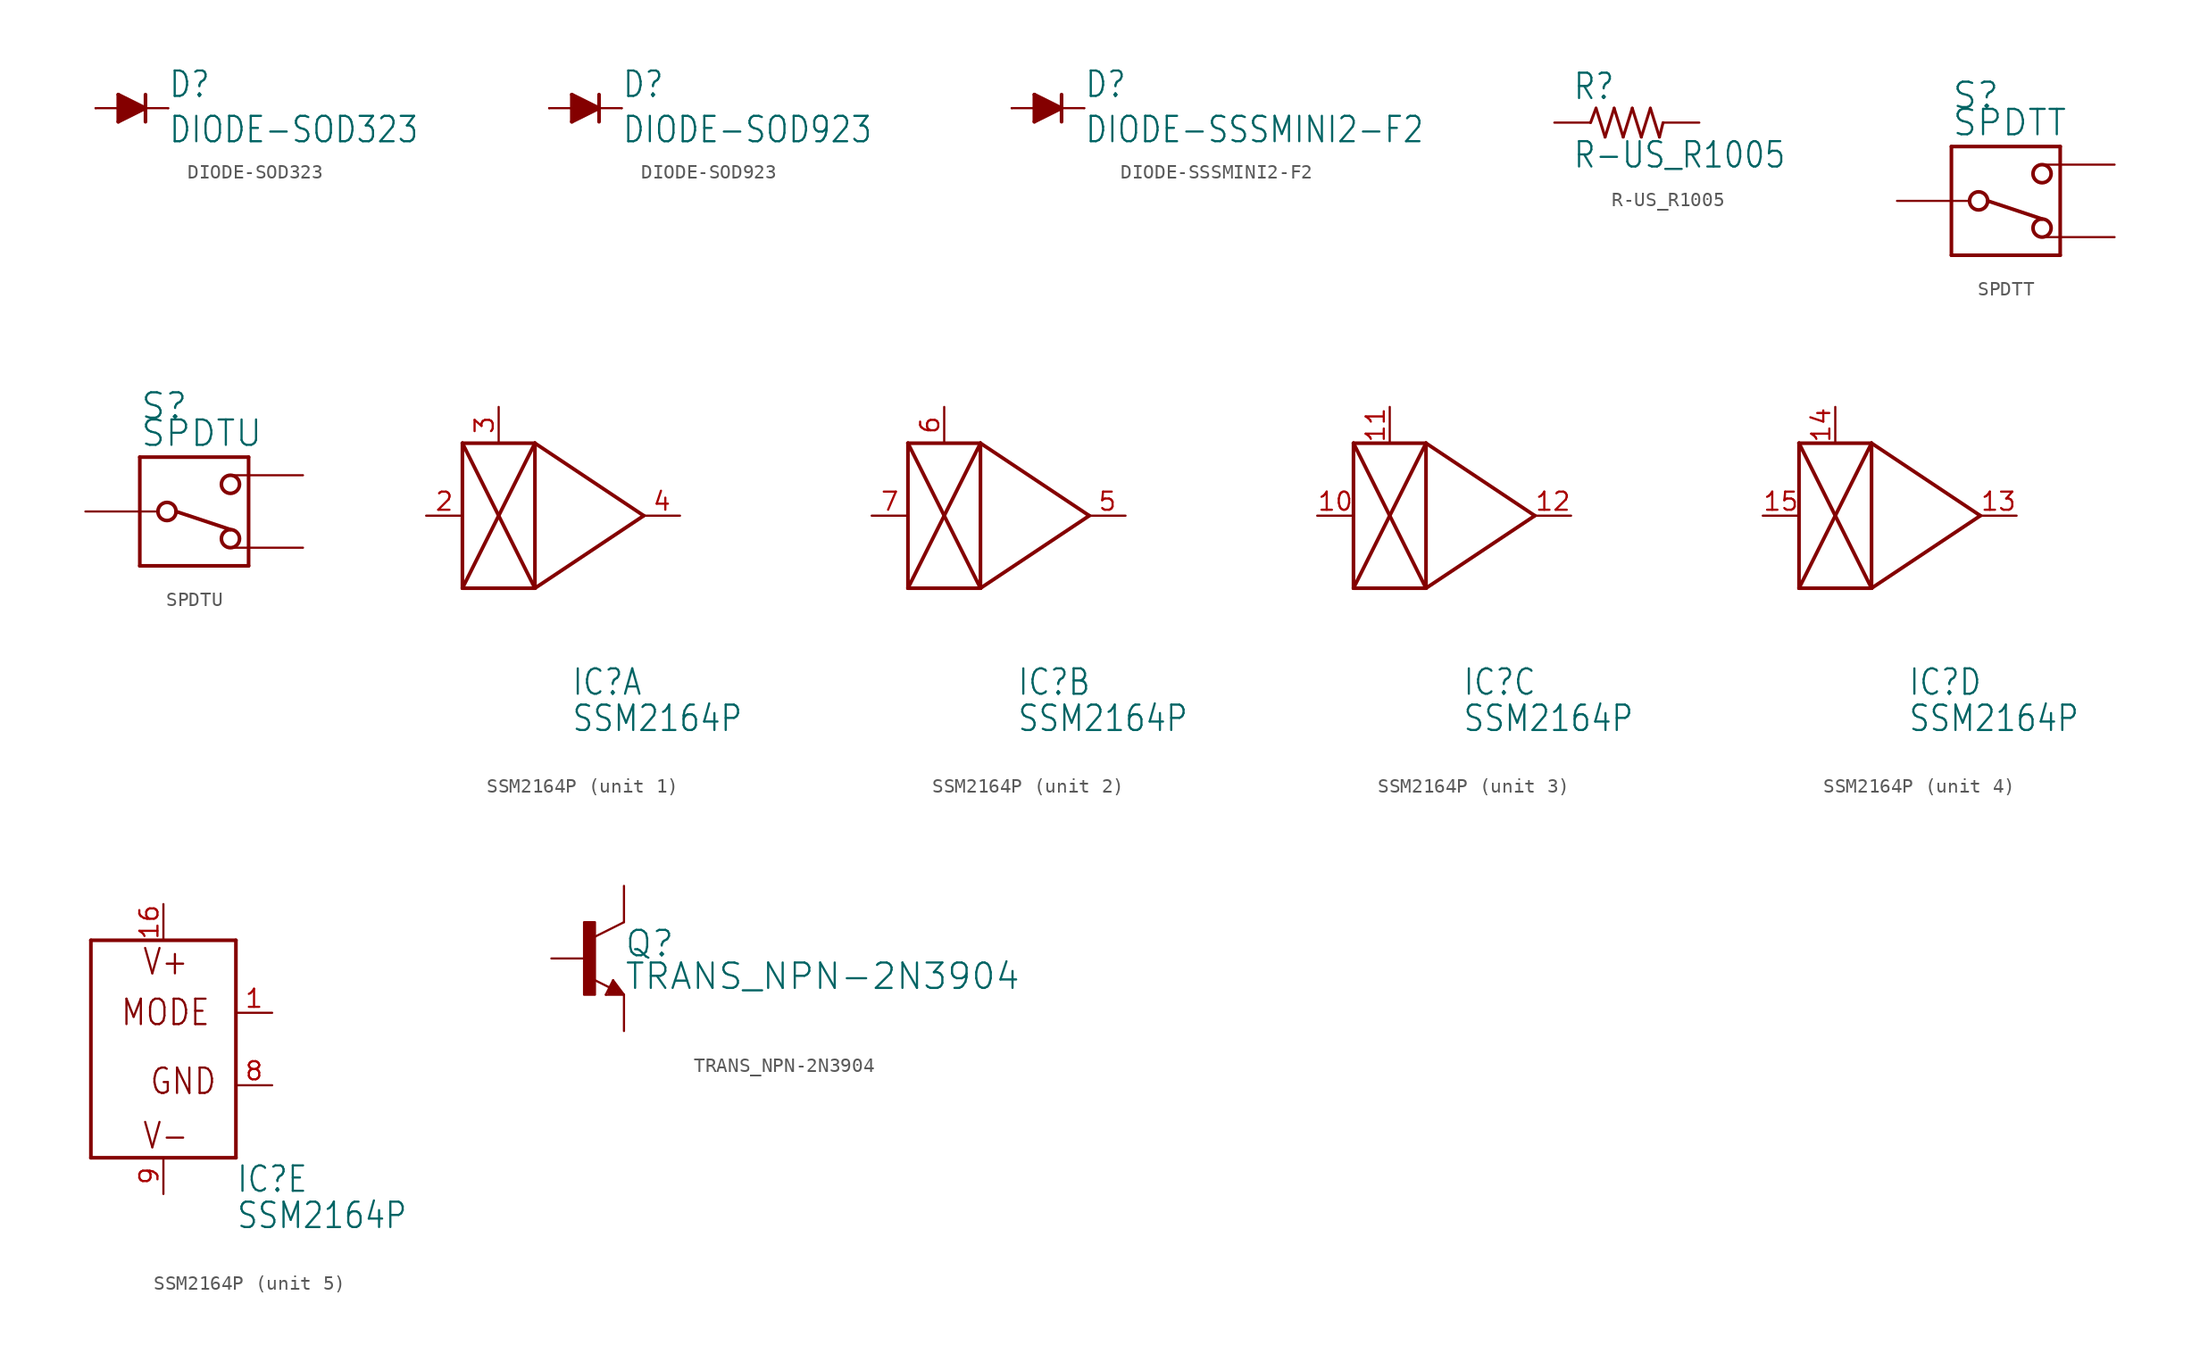
<source format=kicad_sym>
(kicad_symbol_lib
  (version 20211014)
  (generator kicad_symbol_editor)
  (symbol "DIODE-SOD323"
    (property "Reference" "D"
      (at 2.54 0.635 0)
      (effects (font (size 1.778 1.511)) (justify left bottom)))
    (property "Value" "DIODE-SOD323"
      (at 2.54 -2.54 0)
      (effects (font (size 1.778 1.511)) (justify left bottom)))
    (property "ki_locked" ""
      (at 0 0 0)
      (effects (font (size 1.27 1.27))))
    (symbol "DIODE-SOD323_1_0"
      (polyline (pts (xy -0.953 -0.953) (xy 0.953 0)) (stroke (width 0.254) (type default) (color 0 0 0 0)) (fill (type none)))
      (polyline (pts (xy -0.953 0) (xy -2.54 0)) (stroke (width 0.152) (type default) (color 0 0 0 0)) (fill (type none)))
      (polyline (pts (xy -0.953 0) (xy -0.953 -0.953)) (stroke (width 0.254) (type default) (color 0 0 0 0)) (fill (type none)))
      (polyline (pts (xy -0.953 0.953) (xy -0.953 0)) (stroke (width 0.254) (type default) (color 0 0 0 0)) (fill (type none)))
      (polyline (pts (xy 0.953 0) (xy -0.953 0.953)) (stroke (width 0.254) (type default) (color 0 0 0 0)) (fill (type none)))
      (polyline (pts (xy 0.953 0) (xy 0.953 -0.953)) (stroke (width 0.254) (type default) (color 0 0 0 0)) (fill (type none)))
      (polyline (pts (xy 0.953 0) (xy 2.54 0)) (stroke (width 0.152) (type default) (color 0 0 0 0)) (fill (type none)))
      (polyline (pts (xy 0.953 0.953) (xy 0.953 0)) (stroke (width 0.254) (type default) (color 0 0 0 0)) (fill (type none)))
      (polyline (pts (xy -0.953 0.953) (xy 0.953 0) (xy -0.953 -0.953)) (stroke (width 0) (type default) (color 0 0 0 0)) (fill (type outline)))
      (pin passive line (at -2.54 0 0) (length 0) (name "A" (effects (font (size 0 0)))) (number "A" (effects (font (size 0 0)))))
      (pin passive line (at 2.54 0 180) (length 0) (name "C" (effects (font (size 0 0)))) (number "C" (effects (font (size 0 0)))))))
  (symbol "DIODE-SOD923"
    (property "Reference" "D"
      (at 2.54 0.635 0)
      (effects (font (size 1.778 1.511)) (justify left bottom)))
    (property "Value" "DIODE-SOD923"
      (at 2.54 -2.54 0)
      (effects (font (size 1.778 1.511)) (justify left bottom)))
    (property "ki_locked" ""
      (at 0 0 0)
      (effects (font (size 1.27 1.27))))
    (symbol "DIODE-SOD923_1_0"
      (polyline (pts (xy -0.953 -0.953) (xy 0.953 0)) (stroke (width 0.254) (type default) (color 0 0 0 0)) (fill (type none)))
      (polyline (pts (xy -0.953 0) (xy -2.54 0)) (stroke (width 0.152) (type default) (color 0 0 0 0)) (fill (type none)))
      (polyline (pts (xy -0.953 0) (xy -0.953 -0.953)) (stroke (width 0.254) (type default) (color 0 0 0 0)) (fill (type none)))
      (polyline (pts (xy -0.953 0.953) (xy -0.953 0)) (stroke (width 0.254) (type default) (color 0 0 0 0)) (fill (type none)))
      (polyline (pts (xy 0.953 0) (xy -0.953 0.953)) (stroke (width 0.254) (type default) (color 0 0 0 0)) (fill (type none)))
      (polyline (pts (xy 0.953 0) (xy 0.953 -0.953)) (stroke (width 0.254) (type default) (color 0 0 0 0)) (fill (type none)))
      (polyline (pts (xy 0.953 0) (xy 2.54 0)) (stroke (width 0.152) (type default) (color 0 0 0 0)) (fill (type none)))
      (polyline (pts (xy 0.953 0.953) (xy 0.953 0)) (stroke (width 0.254) (type default) (color 0 0 0 0)) (fill (type none)))
      (polyline (pts (xy -0.953 0.953) (xy 0.953 0) (xy -0.953 -0.953)) (stroke (width 0) (type default) (color 0 0 0 0)) (fill (type outline)))
      (pin passive line (at -2.54 0 0) (length 0) (name "A" (effects (font (size 0 0)))) (number "A" (effects (font (size 0 0)))))
      (pin passive line (at 2.54 0 180) (length 0) (name "C" (effects (font (size 0 0)))) (number "C" (effects (font (size 0 0)))))))
  (symbol "DIODE-SSSMINI2-F2"
    (property "Reference" "D"
      (at 2.54 0.635 0)
      (effects (font (size 1.778 1.511)) (justify left bottom)))
    (property "Value" "DIODE-SSSMINI2-F2"
      (at 2.54 -2.54 0)
      (effects (font (size 1.778 1.511)) (justify left bottom)))
    (property "ki_locked" ""
      (at 0 0 0)
      (effects (font (size 1.27 1.27))))
    (symbol "DIODE-SSSMINI2-F2_1_0"
      (polyline (pts (xy -0.953 -0.953) (xy 0.953 0)) (stroke (width 0.254) (type default) (color 0 0 0 0)) (fill (type none)))
      (polyline (pts (xy -0.953 0) (xy -2.54 0)) (stroke (width 0.152) (type default) (color 0 0 0 0)) (fill (type none)))
      (polyline (pts (xy -0.953 0) (xy -0.953 -0.953)) (stroke (width 0.254) (type default) (color 0 0 0 0)) (fill (type none)))
      (polyline (pts (xy -0.953 0.953) (xy -0.953 0)) (stroke (width 0.254) (type default) (color 0 0 0 0)) (fill (type none)))
      (polyline (pts (xy 0.953 0) (xy -0.953 0.953)) (stroke (width 0.254) (type default) (color 0 0 0 0)) (fill (type none)))
      (polyline (pts (xy 0.953 0) (xy 0.953 -0.953)) (stroke (width 0.254) (type default) (color 0 0 0 0)) (fill (type none)))
      (polyline (pts (xy 0.953 0) (xy 2.54 0)) (stroke (width 0.152) (type default) (color 0 0 0 0)) (fill (type none)))
      (polyline (pts (xy 0.953 0.953) (xy 0.953 0)) (stroke (width 0.254) (type default) (color 0 0 0 0)) (fill (type none)))
      (polyline (pts (xy -0.953 0.953) (xy 0.953 0) (xy -0.953 -0.953)) (stroke (width 0) (type default) (color 0 0 0 0)) (fill (type outline)))
      (pin passive line (at -2.54 0 0) (length 0) (name "A" (effects (font (size 0 0)))) (number "A" (effects (font (size 0 0)))))
      (pin passive line (at 2.54 0 180) (length 0) (name "C" (effects (font (size 0 0)))) (number "C" (effects (font (size 0 0)))))))
  (symbol "R-US_R1005"
    (property "Reference" "R"
      (at -3.81 1.499 0)
      (effects (font (size 1.778 1.511)) (justify left bottom)))
    (property "Value" "R-US_R1005"
      (at -3.81 -3.302 0)
      (effects (font (size 1.778 1.511)) (justify left bottom)))
    (property "ki_locked" ""
      (at 0 0 0)
      (effects (font (size 1.27 1.27))))
    (symbol "R-US_R1005_1_0"
      (polyline (pts (xy -2.54 0) (xy -2.159 1.016)) (stroke (width 0.203) (type default) (color 0 0 0 0)) (fill (type none)))
      (polyline (pts (xy -2.159 1.016) (xy -1.524 -1.016)) (stroke (width 0.203) (type default) (color 0 0 0 0)) (fill (type none)))
      (polyline (pts (xy -1.524 -1.016) (xy -0.889 1.016)) (stroke (width 0.203) (type default) (color 0 0 0 0)) (fill (type none)))
      (polyline (pts (xy -0.889 1.016) (xy -0.254 -1.016)) (stroke (width 0.203) (type default) (color 0 0 0 0)) (fill (type none)))
      (polyline (pts (xy -0.254 -1.016) (xy 0.381 1.016)) (stroke (width 0.203) (type default) (color 0 0 0 0)) (fill (type none)))
      (polyline (pts (xy 0.381 1.016) (xy 1.016 -1.016)) (stroke (width 0.203) (type default) (color 0 0 0 0)) (fill (type none)))
      (polyline (pts (xy 1.016 -1.016) (xy 1.651 1.016)) (stroke (width 0.203) (type default) (color 0 0 0 0)) (fill (type none)))
      (polyline (pts (xy 1.651 1.016) (xy 2.286 -1.016)) (stroke (width 0.203) (type default) (color 0 0 0 0)) (fill (type none)))
      (polyline (pts (xy 2.286 -1.016) (xy 2.54 0)) (stroke (width 0.203) (type default) (color 0 0 0 0)) (fill (type none)))
      (pin passive line (at -5.08 0 0) (length 2.54) (name "1" (effects (font (size 0 0)))) (number "1" (effects (font (size 0 0)))))
      (pin passive line (at 5.08 0 180) (length 2.54) (name "2" (effects (font (size 0 0)))) (number "2" (effects (font (size 0 0)))))))
  (symbol "SPDTT"
    (property "Reference" "S"
      (at -3.81 6.35 0)
      (effects (font (size 1.778 1.778)) (justify left bottom)))
    (property "Value" "SPDTT"
      (at -3.81 4.445 0)
      (effects (font (size 1.778 1.778)) (justify left bottom)))
    (property "ki_locked" ""
      (at 0 0 0)
      (effects (font (size 1.27 1.27))))
    (symbol "SPDTT_1_0"
      (circle (center -1.905 0) (radius 0.635) (stroke (width 0.254) (type default) (color 0 0 0 0)) (fill (type none)))
      (polyline (pts (xy -3.81 -3.81) (xy 3.81 -3.81)) (stroke (width 0.254) (type default) (color 0 0 0 0)) (fill (type none)))
      (polyline (pts (xy -3.81 3.81) (xy -3.81 -3.81)) (stroke (width 0.254) (type default) (color 0 0 0 0)) (fill (type none)))
      (polyline (pts (xy -1.27 0) (xy 2.54 -1.27)) (stroke (width 0.254) (type default) (color 0 0 0 0)) (fill (type none)))
      (polyline (pts (xy 3.81 -3.81) (xy 3.81 3.81)) (stroke (width 0.254) (type default) (color 0 0 0 0)) (fill (type none)))
      (polyline (pts (xy 3.81 3.81) (xy -3.81 3.81)) (stroke (width 0.254) (type default) (color 0 0 0 0)) (fill (type none)))
      (circle (center 2.54 -1.905) (radius 0.635) (stroke (width 0.254) (type default) (color 0 0 0 0)) (fill (type none)))
      (circle (center 2.54 1.905) (radius 0.635) (stroke (width 0.254) (type default) (color 0 0 0 0)) (fill (type none)))
      (pin passive line (at 7.62 2.54 180) (length 5.08) (name "P$1" (effects (font (size 0 0)))) (number "P$1" (effects (font (size 0 0)))))
      (pin passive line (at -7.62 0 0) (length 5.08) (name "P$2" (effects (font (size 0 0)))) (number "P$2" (effects (font (size 0 0)))))
      (pin passive line (at 7.62 -2.54 180) (length 5.08) (name "P$3" (effects (font (size 0 0)))) (number "P$3" (effects (font (size 0 0)))))))
  (symbol "SPDTU"
    (property "Reference" "S"
      (at -3.81 6.35 0)
      (effects (font (size 1.778 1.778)) (justify left bottom)))
    (property "Value" "SPDTU"
      (at -3.81 4.445 0)
      (effects (font (size 1.778 1.778)) (justify left bottom)))
    (property "ki_locked" ""
      (at 0 0 0)
      (effects (font (size 1.27 1.27))))
    (symbol "SPDTU_1_0"
      (circle (center -1.905 0) (radius 0.635) (stroke (width 0.254) (type default) (color 0 0 0 0)) (fill (type none)))
      (polyline (pts (xy -3.81 -3.81) (xy 3.81 -3.81)) (stroke (width 0.254) (type default) (color 0 0 0 0)) (fill (type none)))
      (polyline (pts (xy -3.81 3.81) (xy -3.81 -3.81)) (stroke (width 0.254) (type default) (color 0 0 0 0)) (fill (type none)))
      (polyline (pts (xy -1.27 0) (xy 2.54 -1.27)) (stroke (width 0.254) (type default) (color 0 0 0 0)) (fill (type none)))
      (polyline (pts (xy 3.81 -3.81) (xy 3.81 3.81)) (stroke (width 0.254) (type default) (color 0 0 0 0)) (fill (type none)))
      (polyline (pts (xy 3.81 3.81) (xy -3.81 3.81)) (stroke (width 0.254) (type default) (color 0 0 0 0)) (fill (type none)))
      (circle (center 2.54 -1.905) (radius 0.635) (stroke (width 0.254) (type default) (color 0 0 0 0)) (fill (type none)))
      (circle (center 2.54 1.905) (radius 0.635) (stroke (width 0.254) (type default) (color 0 0 0 0)) (fill (type none)))
      (pin passive line (at 7.62 2.54 180) (length 5.08) (name "P$1" (effects (font (size 0 0)))) (number "P$1" (effects (font (size 0 0)))))
      (pin passive line (at -7.62 0 0) (length 5.08) (name "P$2" (effects (font (size 0 0)))) (number "P$2" (effects (font (size 0 0)))))
      (pin passive line (at 7.62 -2.54 180) (length 5.08) (name "P$3" (effects (font (size 0 0)))) (number "P$3" (effects (font (size 0 0)))))))
  (symbol "SSM2164P"
    (property "Reference" "IC"
      (at 5.08 -12.7 0)
      (effects (font (size 1.778 1.511)) (justify left bottom)))
    (property "Value" "SSM2164P"
      (at 5.08 -15.24 0)
      (effects (font (size 1.778 1.511)) (justify left bottom)))
    (property "ki_locked" ""
      (at 0 0 0)
      (effects (font (size 1.27 1.27))))
    (symbol "SSM2164P_1_0"
      (polyline (pts (xy -2.54 -5.08) (xy 2.54 -5.08)) (stroke (width 0.254) (type default) (color 0 0 0 0)) (fill (type none)))
      (polyline (pts (xy -2.54 -5.08) (xy 2.54 5.08)) (stroke (width 0.254) (type default) (color 0 0 0 0)) (fill (type none)))
      (polyline (pts (xy -2.54 5.08) (xy -2.54 -5.08)) (stroke (width 0.254) (type default) (color 0 0 0 0)) (fill (type none)))
      (polyline (pts (xy -2.54 5.08) (xy 2.54 -5.08)) (stroke (width 0.254) (type default) (color 0 0 0 0)) (fill (type none)))
      (polyline (pts (xy 2.54 -5.08) (xy 2.54 5.08)) (stroke (width 0.254) (type default) (color 0 0 0 0)) (fill (type none)))
      (polyline (pts (xy 2.54 5.08) (xy -2.54 5.08)) (stroke (width 0.254) (type default) (color 0 0 0 0)) (fill (type none)))
      (polyline (pts (xy 2.54 5.08) (xy 10.16 0)) (stroke (width 0.254) (type default) (color 0 0 0 0)) (fill (type none)))
      (polyline (pts (xy 10.16 0) (xy 2.54 -5.08)) (stroke (width 0.254) (type default) (color 0 0 0 0)) (fill (type none)))
      (pin input line (at -5.08 0 0) (length 2.54) (name "IN" (effects (font (size 0 0)))) (number "2" (effects (font (size 1.27 1.27)))))
      (pin input line (at 0 7.62 270) (length 2.54) (name "CTRL" (effects (font (size 0 0)))) (number "3" (effects (font (size 1.27 1.27)))))
      (pin output line (at 12.7 0 180) (length 2.54) (name "OUT" (effects (font (size 0 0)))) (number "4" (effects (font (size 1.27 1.27))))))
    (symbol "SSM2164P_2_0"
      (polyline (pts (xy -2.54 -5.08) (xy 2.54 -5.08)) (stroke (width 0.254) (type default) (color 0 0 0 0)) (fill (type none)))
      (polyline (pts (xy -2.54 -5.08) (xy 2.54 5.08)) (stroke (width 0.254) (type default) (color 0 0 0 0)) (fill (type none)))
      (polyline (pts (xy -2.54 5.08) (xy -2.54 -5.08)) (stroke (width 0.254) (type default) (color 0 0 0 0)) (fill (type none)))
      (polyline (pts (xy -2.54 5.08) (xy 2.54 -5.08)) (stroke (width 0.254) (type default) (color 0 0 0 0)) (fill (type none)))
      (polyline (pts (xy 2.54 -5.08) (xy 2.54 5.08)) (stroke (width 0.254) (type default) (color 0 0 0 0)) (fill (type none)))
      (polyline (pts (xy 2.54 5.08) (xy -2.54 5.08)) (stroke (width 0.254) (type default) (color 0 0 0 0)) (fill (type none)))
      (polyline (pts (xy 2.54 5.08) (xy 10.16 0)) (stroke (width 0.254) (type default) (color 0 0 0 0)) (fill (type none)))
      (polyline (pts (xy 10.16 0) (xy 2.54 -5.08)) (stroke (width 0.254) (type default) (color 0 0 0 0)) (fill (type none)))
      (pin output line (at 12.7 0 180) (length 2.54) (name "OUT" (effects (font (size 0 0)))) (number "5" (effects (font (size 1.27 1.27)))))
      (pin input line (at 0 7.62 270) (length 2.54) (name "CTRL" (effects (font (size 0 0)))) (number "6" (effects (font (size 1.27 1.27)))))
      (pin input line (at -5.08 0 0) (length 2.54) (name "IN" (effects (font (size 0 0)))) (number "7" (effects (font (size 1.27 1.27))))))
    (symbol "SSM2164P_3_0"
      (polyline (pts (xy -2.54 -5.08) (xy 2.54 -5.08)) (stroke (width 0.254) (type default) (color 0 0 0 0)) (fill (type none)))
      (polyline (pts (xy -2.54 -5.08) (xy 2.54 5.08)) (stroke (width 0.254) (type default) (color 0 0 0 0)) (fill (type none)))
      (polyline (pts (xy -2.54 5.08) (xy -2.54 -5.08)) (stroke (width 0.254) (type default) (color 0 0 0 0)) (fill (type none)))
      (polyline (pts (xy -2.54 5.08) (xy 2.54 -5.08)) (stroke (width 0.254) (type default) (color 0 0 0 0)) (fill (type none)))
      (polyline (pts (xy 2.54 -5.08) (xy 2.54 5.08)) (stroke (width 0.254) (type default) (color 0 0 0 0)) (fill (type none)))
      (polyline (pts (xy 2.54 5.08) (xy -2.54 5.08)) (stroke (width 0.254) (type default) (color 0 0 0 0)) (fill (type none)))
      (polyline (pts (xy 2.54 5.08) (xy 10.16 0)) (stroke (width 0.254) (type default) (color 0 0 0 0)) (fill (type none)))
      (polyline (pts (xy 10.16 0) (xy 2.54 -5.08)) (stroke (width 0.254) (type default) (color 0 0 0 0)) (fill (type none)))
      (pin input line (at -5.08 0 0) (length 2.54) (name "IN" (effects (font (size 0 0)))) (number "10" (effects (font (size 1.27 1.27)))))
      (pin input line (at 0 7.62 270) (length 2.54) (name "CTRL" (effects (font (size 0 0)))) (number "11" (effects (font (size 1.27 1.27)))))
      (pin output line (at 12.7 0 180) (length 2.54) (name "OUT" (effects (font (size 0 0)))) (number "12" (effects (font (size 1.27 1.27))))))
    (symbol "SSM2164P_4_0"
      (polyline (pts (xy -2.54 -5.08) (xy 2.54 -5.08)) (stroke (width 0.254) (type default) (color 0 0 0 0)) (fill (type none)))
      (polyline (pts (xy -2.54 -5.08) (xy 2.54 5.08)) (stroke (width 0.254) (type default) (color 0 0 0 0)) (fill (type none)))
      (polyline (pts (xy -2.54 5.08) (xy -2.54 -5.08)) (stroke (width 0.254) (type default) (color 0 0 0 0)) (fill (type none)))
      (polyline (pts (xy -2.54 5.08) (xy 2.54 -5.08)) (stroke (width 0.254) (type default) (color 0 0 0 0)) (fill (type none)))
      (polyline (pts (xy 2.54 -5.08) (xy 2.54 5.08)) (stroke (width 0.254) (type default) (color 0 0 0 0)) (fill (type none)))
      (polyline (pts (xy 2.54 5.08) (xy -2.54 5.08)) (stroke (width 0.254) (type default) (color 0 0 0 0)) (fill (type none)))
      (polyline (pts (xy 2.54 5.08) (xy 10.16 0)) (stroke (width 0.254) (type default) (color 0 0 0 0)) (fill (type none)))
      (polyline (pts (xy 10.16 0) (xy 2.54 -5.08)) (stroke (width 0.254) (type default) (color 0 0 0 0)) (fill (type none)))
      (pin output line (at 12.7 0 180) (length 2.54) (name "OUT" (effects (font (size 0 0)))) (number "13" (effects (font (size 1.27 1.27)))))
      (pin input line (at 0 7.62 270) (length 2.54) (name "CTRL" (effects (font (size 0 0)))) (number "14" (effects (font (size 1.27 1.27)))))
      (pin input line (at -5.08 0 0) (length 2.54) (name "IN" (effects (font (size 0 0)))) (number "15" (effects (font (size 1.27 1.27))))))
    (symbol "SSM2164P_5_0"
      (polyline (pts (xy -5.08 -10.16) (xy -5.08 5.08)) (stroke (width 0.254) (type default) (color 0 0 0 0)) (fill (type none)))
      (polyline (pts (xy -5.08 5.08) (xy 5.08 5.08)) (stroke (width 0.254) (type default) (color 0 0 0 0)) (fill (type none)))
      (polyline (pts (xy 5.08 -10.16) (xy -5.08 -10.16)) (stroke (width 0.254) (type default) (color 0 0 0 0)) (fill (type none)))
      (polyline (pts (xy 5.08 5.08) (xy 5.08 -10.16)) (stroke (width 0.254) (type default) (color 0 0 0 0)) (fill (type none)))
      (text "GND" (at -1.016 -5.842 0) (effects (font (size 1.778 1.511)) (justify left bottom)))
      (text "MODE" (at -3.048 -1.016 0) (effects (font (size 1.778 1.511)) (justify left bottom)))
      (text "V+" (at -1.524 2.54 0) (effects (font (size 1.778 1.511)) (justify left bottom)))
      (text "V-" (at -1.524 -9.652 0) (effects (font (size 1.778 1.511)) (justify left bottom)))
      (pin input line (at 7.62 0 180) (length 2.54) (name "MODE" (effects (font (size 0 0)))) (number "1" (effects (font (size 1.27 1.27)))))
      (pin power_in line (at 0 7.62 270) (length 2.54) (name "V+" (effects (font (size 0 0)))) (number "16" (effects (font (size 1.27 1.27)))))
      (pin power_in line (at 7.62 -5.08 180) (length 2.54) (name "GND" (effects (font (size 0 0)))) (number "8" (effects (font (size 1.27 1.27)))))
      (pin power_in line (at 0 -12.7 90) (length 2.54) (name "V-" (effects (font (size 0 0)))) (number "9" (effects (font (size 1.27 1.27)))))))
  (symbol "TRANS_NPN-2N3904"
    (property "Reference" "Q"
      (at 2.54 0 0)
      (effects (font (size 1.778 1.778)) (justify left bottom)))
    (property "Value" "TRANS_NPN-2N3904"
      (at 2.54 -2.286 0)
      (effects (font (size 1.778 1.778)) (justify left bottom)))
    (property "ki_locked" ""
      (at 0 0 0)
      (effects (font (size 1.27 1.27))))
    (symbol "TRANS_NPN-2N3904_1_0"
      (rectangle (start -0.254 -2.54) (end 0.508 2.54) (stroke (width 0) (type default) (color 0 0 0 0)) (fill (type outline)))
      (polyline (pts (xy 1.27 -2.54) (xy 1.778 -1.524)) (stroke (width 0.152) (type default) (color 0 0 0 0)) (fill (type none)))
      (polyline (pts (xy 1.524 -2.413) (xy 2.286 -2.413)) (stroke (width 0.254) (type default) (color 0 0 0 0)) (fill (type none)))
      (polyline (pts (xy 1.524 -2.286) (xy 1.905 -2.286)) (stroke (width 0.254) (type default) (color 0 0 0 0)) (fill (type none)))
      (polyline (pts (xy 1.54 -2.04) (xy 0.308 -1.424)) (stroke (width 0.152) (type default) (color 0 0 0 0)) (fill (type none)))
      (polyline (pts (xy 1.778 -1.778) (xy 1.524 -2.286)) (stroke (width 0.254) (type default) (color 0 0 0 0)) (fill (type none)))
      (polyline (pts (xy 1.778 -1.524) (xy 2.54 -2.54)) (stroke (width 0.152) (type default) (color 0 0 0 0)) (fill (type none)))
      (polyline (pts (xy 1.905 -2.286) (xy 1.778 -2.032)) (stroke (width 0.254) (type default) (color 0 0 0 0)) (fill (type none)))
      (polyline (pts (xy 2.286 -2.413) (xy 1.778 -1.778)) (stroke (width 0.254) (type default) (color 0 0 0 0)) (fill (type none)))
      (polyline (pts (xy 2.54 -2.54) (xy 1.27 -2.54)) (stroke (width 0.152) (type default) (color 0 0 0 0)) (fill (type none)))
      (polyline (pts (xy 2.54 2.54) (xy 0.508 1.524)) (stroke (width 0.152) (type default) (color 0 0 0 0)) (fill (type none)))
      (pin passive line (at 2.54 -5.08 90) (length 2.54) (name "E" (effects (font (size 0 0)))) (number "1" (effects (font (size 0 0)))))
      (pin passive line (at -2.54 0 0) (length 2.54) (name "B" (effects (font (size 0 0)))) (number "2" (effects (font (size 0 0)))))
      (pin passive line (at 2.54 5.08 270) (length 2.54) (name "C" (effects (font (size 0 0)))) (number "3" (effects (font (size 0 0))))))))
</source>
